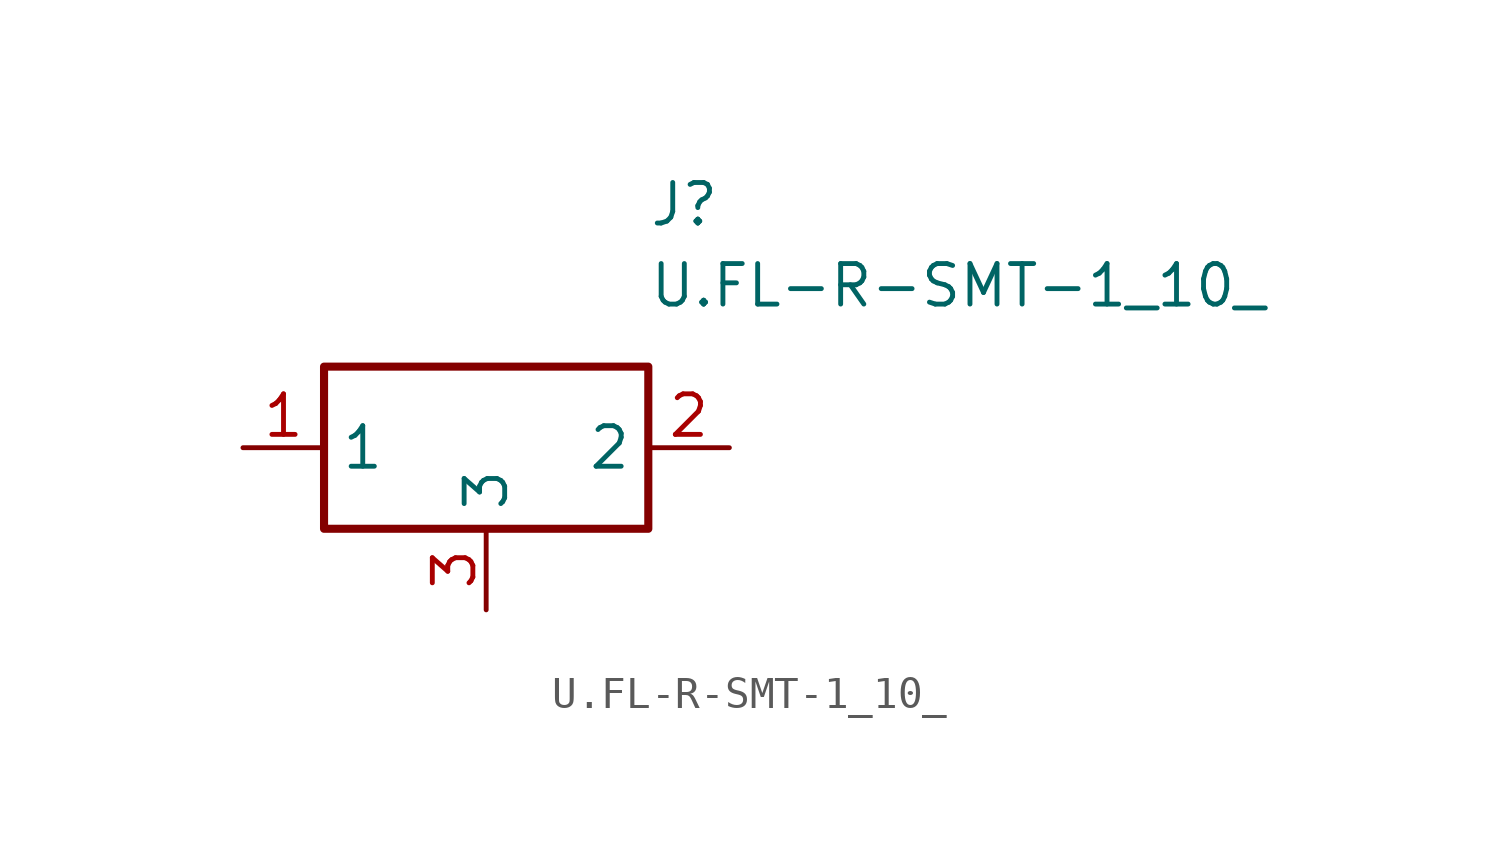
<source format=kicad_sym>
(kicad_symbol_lib
  (version 20231120)
  (generator "kicad_symbol_editor")
  (generator_version "8.0")
  (symbol "U.FL-R-SMT-1_10_"
    (property "Reference" "J"
      (at 5.08 7.62 0)
      (effects (font (size 1.27 1.27)) (justify left)))
    (property "Value" "U.FL-R-SMT-1_10_"
      (at 5.08 5.08 0)
      (effects (font (size 1.27 1.27)) (justify left)))
    (symbol "U.FL-R-SMT-1_10__1_1"
      (rectangle (start -5.08 2.54) (end 5.08 -2.54) (stroke (width 0.254) (type default)) (fill (type none)))
      (pin passive line (at -7.62 0 0) (length 2.54) (name "1" (effects (font (size 1.27 1.27)))) (number "1" (effects (font (size 1.27 1.27)))))
      (pin passive line (at 7.62 0 180) (length 2.54) (name "2" (effects (font (size 1.27 1.27)))) (number "2" (effects (font (size 1.27 1.27)))))
      (pin passive line (at 0 -5.08 90) (length 2.54) (name "3" (effects (font (size 1.27 1.27)))) (number "3" (effects (font (size 1.27 1.27))))))))
</source>
